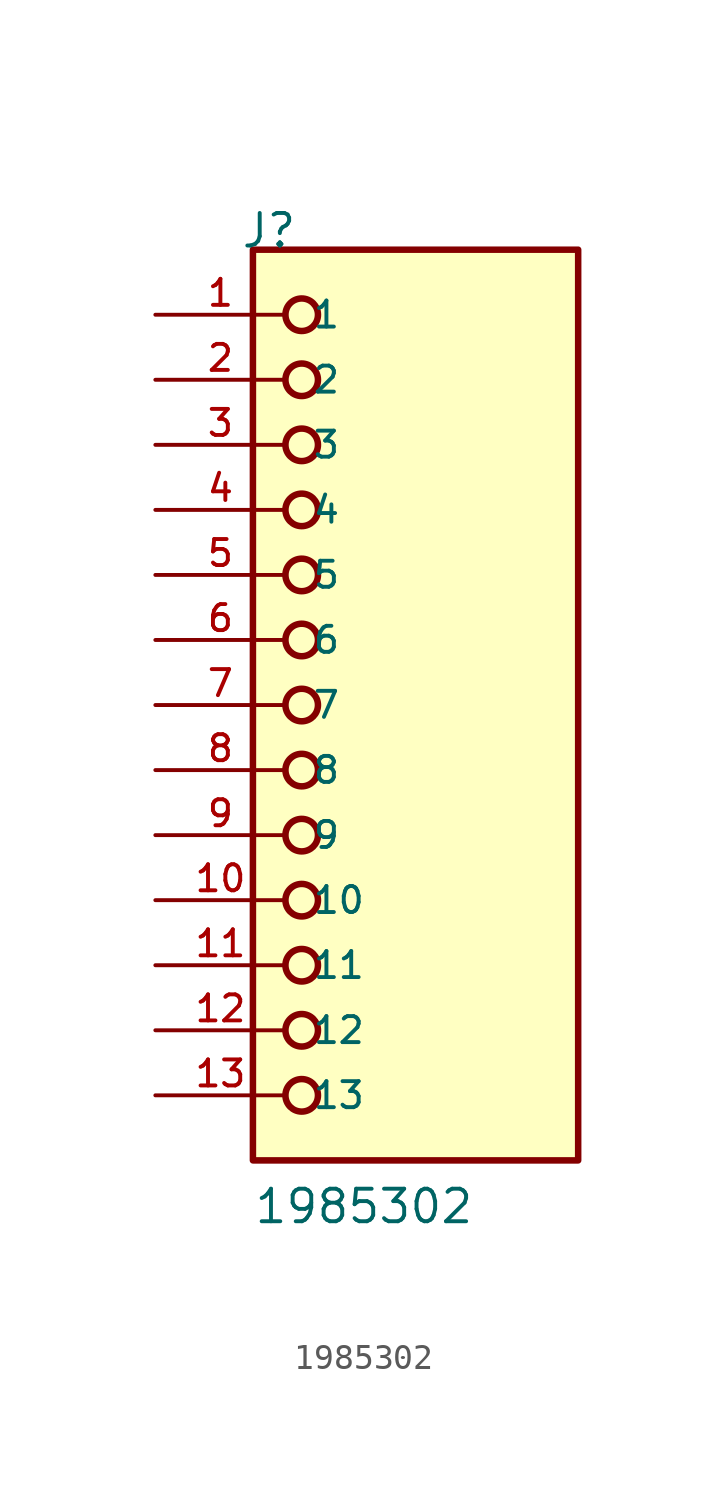
<source format=kicad_sym>
(kicad_symbol_lib
  (version 20211014)
  (generator kicad_symbol_editor)
  (symbol "1985302"
    (pin_names
      (offset 1.016))
    (property "Reference" "J"
      (at -6.85 17.78 0)
      (effects (font (size 1.27 1.27)) (justify bottom left)))
    (property "Value" "1985302"
      (at -6.35 -20.32 0)
      (effects (font (size 1.27 1.27)) (justify bottom left)))
    (symbol "1985302_0_0"
      (circle (center -4.445 15.24) (radius 0.635) (stroke (width 0.254)) (fill (type none)))
      (circle (center -4.445 12.7) (radius 0.635) (stroke (width 0.254)) (fill (type none)))
      (circle (center -4.445 10.16) (radius 0.635) (stroke (width 0.254)) (fill (type none)))
      (circle (center -4.445 7.62) (radius 0.635) (stroke (width 0.254)) (fill (type none)))
      (circle (center -4.445 5.08) (radius 0.635) (stroke (width 0.254)) (fill (type none)))
      (circle (center -4.445 2.54) (radius 0.635) (stroke (width 0.254)) (fill (type none)))
      (circle (center -4.445 0.0) (radius 0.635) (stroke (width 0.254)) (fill (type none)))
      (circle (center -4.445 -2.54) (radius 0.635) (stroke (width 0.254)) (fill (type none)))
      (circle (center -4.445 -5.08) (radius 0.635) (stroke (width 0.254)) (fill (type none)))
      (circle (center -4.445 -7.62) (radius 0.635) (stroke (width 0.254)) (fill (type none)))
      (circle (center -4.445 -10.16) (radius 0.635) (stroke (width 0.254)) (fill (type none)))
      (circle (center -4.445 -12.7) (radius 0.635) (stroke (width 0.254)) (fill (type none)))
      (circle (center -4.445 -15.24) (radius 0.635) (stroke (width 0.254)) (fill (type none)))
      (rectangle (start -6.35 -17.78) (end 6.35 17.78) (stroke (width 0.254)) (fill (type background)))
      (pin passive line (at -10.16 15.24 0) (length 5.08) (name "1" (effects (font (size 1.016 1.016)))) (number "1" (effects (font (size 1.016 1.016)))))
      (pin passive line (at -10.16 12.7 0) (length 5.08) (name "2" (effects (font (size 1.016 1.016)))) (number "2" (effects (font (size 1.016 1.016)))))
      (pin passive line (at -10.16 10.16 0) (length 5.08) (name "3" (effects (font (size 1.016 1.016)))) (number "3" (effects (font (size 1.016 1.016)))))
      (pin passive line (at -10.16 7.62 0) (length 5.08) (name "4" (effects (font (size 1.016 1.016)))) (number "4" (effects (font (size 1.016 1.016)))))
      (pin passive line (at -10.16 5.08 0) (length 5.08) (name "5" (effects (font (size 1.016 1.016)))) (number "5" (effects (font (size 1.016 1.016)))))
      (pin passive line (at -10.16 2.54 0) (length 5.08) (name "6" (effects (font (size 1.016 1.016)))) (number "6" (effects (font (size 1.016 1.016)))))
      (pin passive line (at -10.16 0.0 0) (length 5.08) (name "7" (effects (font (size 1.016 1.016)))) (number "7" (effects (font (size 1.016 1.016)))))
      (pin passive line (at -10.16 -2.54 0) (length 5.08) (name "8" (effects (font (size 1.016 1.016)))) (number "8" (effects (font (size 1.016 1.016)))))
      (pin passive line (at -10.16 -5.08 0) (length 5.08) (name "9" (effects (font (size 1.016 1.016)))) (number "9" (effects (font (size 1.016 1.016)))))
      (pin passive line (at -10.16 -7.62 0) (length 5.08) (name "10" (effects (font (size 1.016 1.016)))) (number "10" (effects (font (size 1.016 1.016)))))
      (pin passive line (at -10.16 -10.16 0) (length 5.08) (name "11" (effects (font (size 1.016 1.016)))) (number "11" (effects (font (size 1.016 1.016)))))
      (pin passive line (at -10.16 -12.7 0) (length 5.08) (name "12" (effects (font (size 1.016 1.016)))) (number "12" (effects (font (size 1.016 1.016)))))
      (pin passive line (at -10.16 -15.24 0) (length 5.08) (name "13" (effects (font (size 1.016 1.016)))) (number "13" (effects (font (size 1.016 1.016))))))))
</source>
